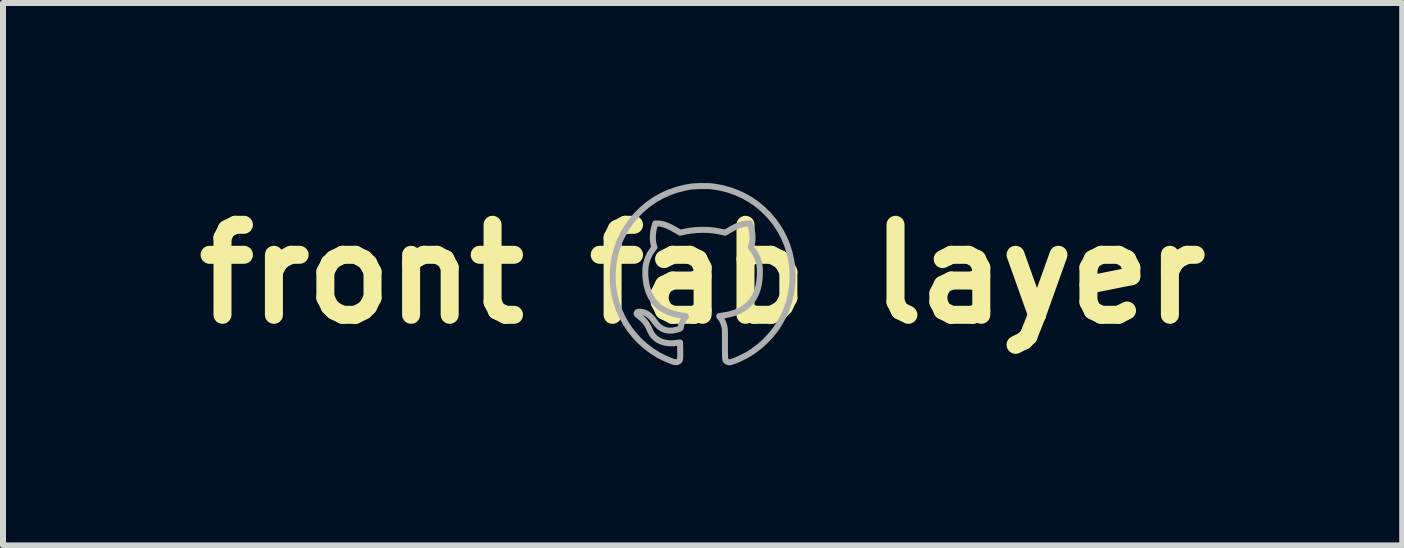
<source format=kicad_pcb>
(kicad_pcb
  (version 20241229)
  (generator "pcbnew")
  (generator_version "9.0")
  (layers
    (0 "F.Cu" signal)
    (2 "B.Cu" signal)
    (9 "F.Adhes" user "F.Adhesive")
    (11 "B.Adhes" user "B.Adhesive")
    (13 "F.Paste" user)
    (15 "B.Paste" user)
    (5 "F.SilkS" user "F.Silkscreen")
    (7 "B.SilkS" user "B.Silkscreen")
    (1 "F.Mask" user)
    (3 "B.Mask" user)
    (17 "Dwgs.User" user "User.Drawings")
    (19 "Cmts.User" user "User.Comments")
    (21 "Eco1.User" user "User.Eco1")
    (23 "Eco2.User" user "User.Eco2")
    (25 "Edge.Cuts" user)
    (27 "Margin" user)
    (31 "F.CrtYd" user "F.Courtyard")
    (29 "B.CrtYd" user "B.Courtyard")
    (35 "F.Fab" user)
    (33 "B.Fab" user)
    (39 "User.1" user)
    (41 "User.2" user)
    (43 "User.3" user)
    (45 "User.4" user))
  (footprint "front fab layer"
    (layer "F.Cu")
    (at 8.657 1.517)
    (property "Reference" "front fab layer" (at 0 0 0) (layer "F.SilkS") (effects (font (size 1.5 1.5) (thickness 0.3))))
    (attr board_only exclude_from_pos_files exclude_from_bom)
    (fp_poly (pts (xy 0.048 -1.467) (xy 0.099 -1.466) (xy 0.144 -1.463) (xy 0.176 -1.46) (xy 0.311 -1.436) (xy 0.441 -1.402) (xy 0.566 -1.357) (xy 0.686 -1.302) (xy 0.799 -1.238) (xy 0.906 -1.164) (xy 1.006 -1.08) (xy 1.099 -0.988) (xy 1.185 -0.886) (xy 1.223 -0.835) (xy 1.295 -0.725) (xy 1.356 -0.609) (xy 1.406 -0.49) (xy 1.446 -0.366) (xy 1.475 -0.24) (xy 1.493 -0.111) (xy 1.499 0.02) (xy 1.495 0.152) (xy 1.479 0.285) (xy 1.47 0.334) (xy 1.44 0.461) (xy 1.398 0.583) (xy 1.347 0.702) (xy 1.284 0.815) (xy 1.213 0.923) (xy 1.131 1.025) (xy 1.041 1.12) (xy 0.941 1.209) (xy 0.841 1.284) (xy 0.785 1.321) (xy 0.722 1.357) (xy 0.655 1.391) (xy 0.589 1.422) (xy 0.526 1.448) (xy 0.501 1.457) (xy 0.473 1.465) (xy 0.453 1.47) (xy 0.438 1.47) (xy 0.423 1.466) (xy 0.412 1.461) (xy 0.403 1.457) (xy 0.395 1.452) (xy 0.389 1.446) (xy 0.384 1.438) (xy 0.38 1.427) (xy 0.377 1.411) (xy 0.375 1.39) (xy 0.374 1.363) (xy 0.373 1.328) (xy 0.372 1.285) (xy 0.372 1.232) (xy 0.372 1.168) (xy 0.372 1.16) (xy 0.372 1.099) (xy 0.372 1.048) (xy 0.372 1.006) (xy 0.371 0.972) (xy 0.37 0.945) (xy 0.37 0.924) (xy 0.368 0.907) (xy 0.367 0.893) (xy 0.364 0.881) (xy 0.362 0.87) (xy 0.359 0.859) (xy 0.342 0.807) (xy 0.322 0.766) (xy 0.299 0.731) (xy 0.295 0.728) (xy 0.284 0.714) (xy 0.277 0.704) (xy 0.276 0.701) (xy 0.283 0.7) (xy 0.298 0.697) (xy 0.321 0.693) (xy 0.347 0.689) (xy 0.446 0.671) (xy 0.535 0.644) (xy 0.616 0.611) (xy 0.688 0.57) (xy 0.751 0.521) (xy 0.805 0.465) (xy 0.851 0.401) (xy 0.889 0.329) (xy 0.918 0.249) (xy 0.926 0.217) (xy 0.939 0.156) (xy 0.948 0.091) (xy 0.953 0.023) (xy 0.954 -0.043) (xy 0.952 -0.106) (xy 0.945 -0.162) (xy 0.939 -0.191) (xy 0.915 -0.264) (xy 0.882 -0.333) (xy 0.842 -0.396) (xy 0.828 -0.414) (xy 0.802 -0.446) (xy 0.811 -0.474) (xy 0.827 -0.54) (xy 0.832 -0.611) (xy 0.827 -0.686) (xy 0.811 -0.764) (xy 0.804 -0.79) (xy 0.788 -0.845) (xy 0.736 -0.842) (xy 0.68 -0.835) (xy 0.619 -0.817) (xy 0.554 -0.791) (xy 0.484 -0.755) (xy 0.421 -0.718) (xy 0.378 -0.69) (xy 0.346 -0.697) (xy 0.322 -0.702) (xy 0.294 -0.708) (xy 0.274 -0.712) (xy 0.186 -0.727) (xy 0.09 -0.736) (xy -0.009 -0.738) (xy -0.11 -0.733) (xy -0.209 -0.723) (xy -0.304 -0.706) (xy -0.305 -0.705) (xy -0.374 -0.69) (xy -0.446 -0.733) (xy -0.52 -0.774) (xy -0.588 -0.806) (xy -0.65 -0.828) (xy -0.707 -0.841) (xy -0.747 -0.844) (xy -0.789 -0.844) (xy -0.805 -0.788) (xy -0.82 -0.725) (xy -0.828 -0.662) (xy -0.83 -0.599) (xy -0.826 -0.541) (xy -0.816 -0.489) (xy -0.812 -0.474) (xy -0.802 -0.447) (xy -0.835 -0.403) (xy -0.88 -0.337) (xy -0.914 -0.264) (xy -0.939 -0.185) (xy -0.947 -0.147) (xy -0.953 -0.092) (xy -0.955 -0.029) (xy -0.953 0.039) (xy -0.946 0.107) (xy -0.936 0.174) (xy -0.926 0.217) (xy -0.9 0.3) (xy -0.866 0.375) (xy -0.822 0.443) (xy -0.77 0.503) (xy -0.709 0.555) (xy -0.639 0.599) (xy -0.561 0.635) (xy -0.473 0.664) (xy -0.377 0.686) (xy -0.34 0.691) (xy -0.311 0.696) (xy -0.292 0.699) (xy -0.282 0.702) (xy -0.279 0.706) (xy -0.281 0.711) (xy -0.288 0.719) (xy -0.288 0.72) (xy -0.311 0.749) (xy -0.331 0.785) (xy -0.348 0.824) (xy -0.359 0.861) (xy -0.361 0.871) (xy -0.364 0.888) (xy -0.368 0.9) (xy -0.368 0.901) (xy -0.377 0.908) (xy -0.395 0.915) (xy -0.419 0.923) (xy -0.446 0.93) (xy -0.475 0.936) (xy -0.501 0.941) (xy -0.514 0.942) (xy -0.572 0.941) (xy -0.625 0.931) (xy -0.674 0.911) (xy -0.72 0.88) (xy -0.762 0.839) (xy -0.803 0.786) (xy -0.803 0.785) (xy -0.844 0.731) (xy -0.888 0.688) (xy -0.933 0.657) (xy -0.981 0.637) (xy -1.031 0.628) (xy -1.031 0.628) (xy -1.055 0.627) (xy -1.071 0.628) (xy -1.082 0.632) (xy -1.09 0.637) (xy -1.099 0.647) (xy -1.101 0.656) (xy -1.097 0.664) (xy -1.09 0.675) (xy -1.075 0.689) (xy -1.056 0.705) (xy -1.048 0.711) (xy -1.01 0.741) (xy -0.979 0.771) (xy -0.951 0.804) (xy -0.926 0.842) (xy -0.901 0.887) (xy -0.881 0.931) (xy -0.867 0.959) (xy -0.852 0.987) (xy -0.838 1.01) (xy -0.832 1.018) (xy -0.792 1.061) (xy -0.744 1.097) (xy -0.689 1.124) (xy -0.628 1.142) (xy -0.562 1.152) (xy -0.491 1.153) (xy -0.437 1.147) (xy -0.412 1.143) (xy -0.392 1.141) (xy -0.379 1.139) (xy -0.376 1.14) (xy -0.376 1.146) (xy -0.375 1.162) (xy -0.375 1.187) (xy -0.374 1.218) (xy -0.374 1.254) (xy -0.373 1.279) (xy -0.373 1.326) (xy -0.373 1.363) (xy -0.374 1.392) (xy -0.376 1.413) (xy -0.379 1.428) (xy -0.384 1.439) (xy -0.391 1.447) (xy -0.399 1.454) (xy -0.402 1.456) (xy -0.424 1.466) (xy -0.449 1.468) (xy -0.48 1.463) (xy -0.507 1.454) (xy -0.627 1.405) (xy -0.741 1.347) (xy -0.849 1.278) (xy -0.951 1.201) (xy -1.046 1.116) (xy -1.133 1.023) (xy -1.212 0.923) (xy -1.283 0.817) (xy -1.344 0.705) (xy -1.396 0.589) (xy -1.438 0.468) (xy -1.469 0.343) (xy -1.47 0.334) (xy -1.48 0.283) (xy -1.487 0.239) (xy -1.492 0.196) (xy -1.495 0.15) (xy -1.498 0.099) (xy -1.498 0.079) (xy -1.497 -0.052) (xy -1.484 -0.181) (xy -1.461 -0.308) (xy -1.426 -0.432) (xy -1.381 -0.552) (xy -1.326 -0.668) (xy -1.261 -0.779) (xy -1.187 -0.884) (xy -1.103 -0.983) (xy -1.011 -1.075) (xy -0.91 -1.16) (xy -0.903 -1.166) (xy -0.793 -1.241) (xy -0.679 -1.306) (xy -0.559 -1.36) (xy -0.434 -1.404) (xy -0.304 -1.438) (xy -0.196 -1.457) (xy -0.158 -1.461) (xy -0.112 -1.464) (xy -0.06 -1.467) (xy -0.006 -1.467)) (stroke (width 0.1) (type solid)) (fill no) (layer "F.Fab")))
  (gr_rect
    (start -3 -3)
    (end 20.314 6.037)
    (stroke (width 0.1) (type default))
    (fill no)
    (layer "Edge.Cuts")))
</source>
